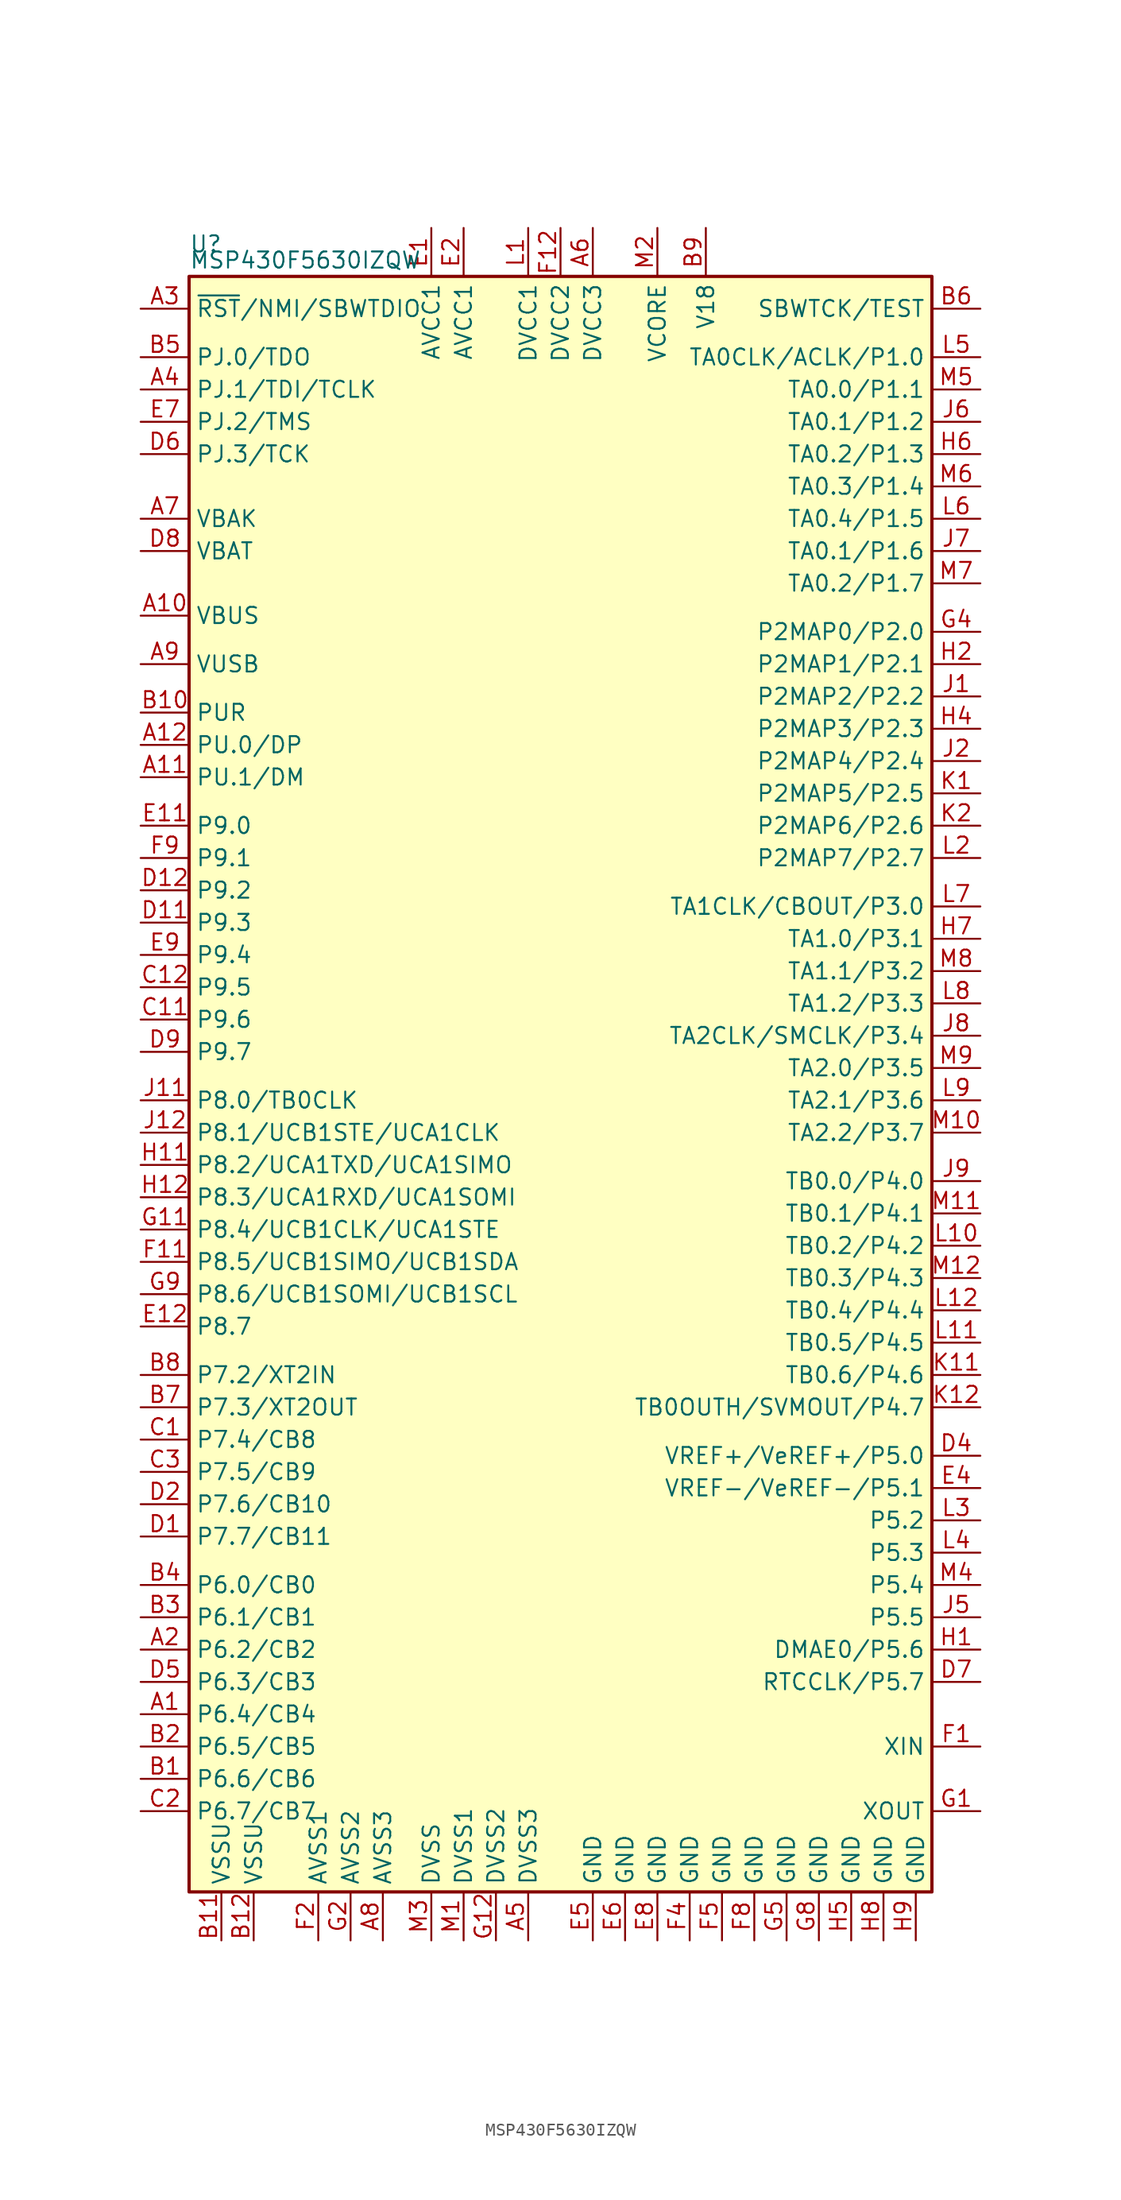
<source format=kicad_sym>
(kicad_symbol_lib
  (version 20201005)
  (generator kicad_symbol_editor)
  (symbol "MCU_Texas_MSP430:MSP430F5630IZQW"
    (property "Reference" "U"
      (at -29.21 66.04 0)
      (effects (font (size 1.27 1.27)) (justify left)))
    (property "Value" "MSP430F5630IZQW"
      (at -29.21 64.77 0)
      (effects (font (size 1.27 1.27)) (justify left)))
    (symbol "MSP430F5630IZQW_0_1"
      (rectangle (start -29.21 63.5) (end 29.21 -63.5) (stroke (width 0.254)) (fill (type background))))
    (symbol "MSP430F5630IZQW_1_1"
      (pin bidirectional line (at -33.02 -49.53 0) (length 3.81) (name "P6.4/CB4" (effects (font (size 1.27 1.27)))) (number "A1" (effects (font (size 1.27 1.27)))))
      (pin bidirectional line (at -33.02 36.83 0) (length 3.81) (name "VBUS" (effects (font (size 1.27 1.27)))) (number "A10" (effects (font (size 1.27 1.27)))))
      (pin bidirectional line (at -33.02 24.13 0) (length 3.81) (name "PU.1/DM" (effects (font (size 1.27 1.27)))) (number "A11" (effects (font (size 1.27 1.27)))))
      (pin bidirectional line (at -33.02 26.67 0) (length 3.81) (name "PU.0/DP" (effects (font (size 1.27 1.27)))) (number "A12" (effects (font (size 1.27 1.27)))))
      (pin bidirectional line (at -33.02 -44.45 0) (length 3.81) (name "P6.2/CB2" (effects (font (size 1.27 1.27)))) (number "A2" (effects (font (size 1.27 1.27)))))
      (pin input line (at -33.02 60.96 0) (length 3.81) (name "~RST~/NMI/SBWTDIO" (effects (font (size 1.27 1.27)))) (number "A3" (effects (font (size 1.27 1.27)))))
      (pin bidirectional line (at -33.02 54.61 0) (length 3.81) (name "PJ.1/TDI/TCLK" (effects (font (size 1.27 1.27)))) (number "A4" (effects (font (size 1.27 1.27)))))
      (pin power_in line (at -2.54 -67.31 90) (length 3.81) (name "DVSS3" (effects (font (size 1.27 1.27)))) (number "A5" (effects (font (size 1.27 1.27)))))
      (pin power_in line (at 2.54 67.31 270) (length 3.81) (name "DVCC3" (effects (font (size 1.27 1.27)))) (number "A6" (effects (font (size 1.27 1.27)))))
      (pin bidirectional line (at -33.02 44.45 0) (length 3.81) (name "VBAK" (effects (font (size 1.27 1.27)))) (number "A7" (effects (font (size 1.27 1.27)))))
      (pin power_in line (at -13.97 -67.31 90) (length 3.81) (name "AVSS3" (effects (font (size 1.27 1.27)))) (number "A8" (effects (font (size 1.27 1.27)))))
      (pin bidirectional line (at -33.02 33.02 0) (length 3.81) (name "VUSB" (effects (font (size 1.27 1.27)))) (number "A9" (effects (font (size 1.27 1.27)))))
      (pin bidirectional line (at -33.02 -54.61 0) (length 3.81) (name "P6.6/CB6" (effects (font (size 1.27 1.27)))) (number "B1" (effects (font (size 1.27 1.27)))))
      (pin bidirectional line (at -33.02 29.21 0) (length 3.81) (name "PUR" (effects (font (size 1.27 1.27)))) (number "B10" (effects (font (size 1.27 1.27)))))
      (pin power_in line (at -26.67 -67.31 90) (length 3.81) (name "VSSU" (effects (font (size 1.27 1.27)))) (number "B11" (effects (font (size 1.27 1.27)))))
      (pin power_in line (at -24.13 -67.31 90) (length 3.81) (name "VSSU" (effects (font (size 1.27 1.27)))) (number "B12" (effects (font (size 1.27 1.27)))))
      (pin bidirectional line (at -33.02 -52.07 0) (length 3.81) (name "P6.5/CB5" (effects (font (size 1.27 1.27)))) (number "B2" (effects (font (size 1.27 1.27)))))
      (pin bidirectional line (at -33.02 -41.91 0) (length 3.81) (name "P6.1/CB1" (effects (font (size 1.27 1.27)))) (number "B3" (effects (font (size 1.27 1.27)))))
      (pin bidirectional line (at -33.02 -39.37 0) (length 3.81) (name "P6.0/CB0" (effects (font (size 1.27 1.27)))) (number "B4" (effects (font (size 1.27 1.27)))))
      (pin bidirectional line (at -33.02 57.15 0) (length 3.81) (name "PJ.0/TDO" (effects (font (size 1.27 1.27)))) (number "B5" (effects (font (size 1.27 1.27)))))
      (pin input line (at 33.02 60.96 180) (length 3.81) (name "SBWTCK/TEST" (effects (font (size 1.27 1.27)))) (number "B6" (effects (font (size 1.27 1.27)))))
      (pin bidirectional line (at -33.02 -25.4 0) (length 3.81) (name "P7.3/XT2OUT" (effects (font (size 1.27 1.27)))) (number "B7" (effects (font (size 1.27 1.27)))))
      (pin bidirectional line (at -33.02 -22.86 0) (length 3.81) (name "P7.2/XT2IN" (effects (font (size 1.27 1.27)))) (number "B8" (effects (font (size 1.27 1.27)))))
      (pin passive line (at 11.43 67.31 270) (length 3.81) (name "V18" (effects (font (size 1.27 1.27)))) (number "B9" (effects (font (size 1.27 1.27)))))
      (pin bidirectional line (at -33.02 -27.94 0) (length 3.81) (name "P7.4/CB8" (effects (font (size 1.27 1.27)))) (number "C1" (effects (font (size 1.27 1.27)))))
      (pin bidirectional line (at -33.02 5.08 0) (length 3.81) (name "P9.6" (effects (font (size 1.27 1.27)))) (number "C11" (effects (font (size 1.27 1.27)))))
      (pin bidirectional line (at -33.02 7.62 0) (length 3.81) (name "P9.5" (effects (font (size 1.27 1.27)))) (number "C12" (effects (font (size 1.27 1.27)))))
      (pin bidirectional line (at -33.02 -57.15 0) (length 3.81) (name "P6.7/CB7" (effects (font (size 1.27 1.27)))) (number "C2" (effects (font (size 1.27 1.27)))))
      (pin bidirectional line (at -33.02 -30.48 0) (length 3.81) (name "P7.5/CB9" (effects (font (size 1.27 1.27)))) (number "C3" (effects (font (size 1.27 1.27)))))
      (pin bidirectional line (at -33.02 -35.56 0) (length 3.81) (name "P7.7/CB11" (effects (font (size 1.27 1.27)))) (number "D1" (effects (font (size 1.27 1.27)))))
      (pin bidirectional line (at -33.02 12.7 0) (length 3.81) (name "P9.3" (effects (font (size 1.27 1.27)))) (number "D11" (effects (font (size 1.27 1.27)))))
      (pin bidirectional line (at -33.02 15.24 0) (length 3.81) (name "P9.2" (effects (font (size 1.27 1.27)))) (number "D12" (effects (font (size 1.27 1.27)))))
      (pin bidirectional line (at -33.02 -33.02 0) (length 3.81) (name "P7.6/CB10" (effects (font (size 1.27 1.27)))) (number "D2" (effects (font (size 1.27 1.27)))))
      (pin bidirectional line (at 33.02 -29.21 180) (length 3.81) (name "VREF+/VeREF+/P5.0" (effects (font (size 1.27 1.27)))) (number "D4" (effects (font (size 1.27 1.27)))))
      (pin bidirectional line (at -33.02 -46.99 0) (length 3.81) (name "P6.3/CB3" (effects (font (size 1.27 1.27)))) (number "D5" (effects (font (size 1.27 1.27)))))
      (pin bidirectional line (at -33.02 49.53 0) (length 3.81) (name "PJ.3/TCK" (effects (font (size 1.27 1.27)))) (number "D6" (effects (font (size 1.27 1.27)))))
      (pin bidirectional line (at 33.02 -46.99 180) (length 3.81) (name "RTCCLK/P5.7" (effects (font (size 1.27 1.27)))) (number "D7" (effects (font (size 1.27 1.27)))))
      (pin bidirectional line (at -33.02 41.91 0) (length 3.81) (name "VBAT" (effects (font (size 1.27 1.27)))) (number "D8" (effects (font (size 1.27 1.27)))))
      (pin bidirectional line (at -33.02 2.54 0) (length 3.81) (name "P9.7" (effects (font (size 1.27 1.27)))) (number "D9" (effects (font (size 1.27 1.27)))))
      (pin power_in line (at -10.16 67.31 270) (length 3.81) (name "AVCC1" (effects (font (size 1.27 1.27)))) (number "E1" (effects (font (size 1.27 1.27)))))
      (pin bidirectional line (at -33.02 20.32 0) (length 3.81) (name "P9.0" (effects (font (size 1.27 1.27)))) (number "E11" (effects (font (size 1.27 1.27)))))
      (pin bidirectional line (at -33.02 -19.05 0) (length 3.81) (name "P8.7" (effects (font (size 1.27 1.27)))) (number "E12" (effects (font (size 1.27 1.27)))))
      (pin power_in line (at -7.62 67.31 270) (length 3.81) (name "AVCC1" (effects (font (size 1.27 1.27)))) (number "E2" (effects (font (size 1.27 1.27)))))
      (pin bidirectional line (at 33.02 -31.75 180) (length 3.81) (name "VREF-/VeREF-/P5.1" (effects (font (size 1.27 1.27)))) (number "E4" (effects (font (size 1.27 1.27)))))
      (pin power_in line (at 2.54 -67.31 90) (length 3.81) (name "GND" (effects (font (size 1.27 1.27)))) (number "E5" (effects (font (size 1.27 1.27)))))
      (pin power_in line (at 5.08 -67.31 90) (length 3.81) (name "GND" (effects (font (size 1.27 1.27)))) (number "E6" (effects (font (size 1.27 1.27)))))
      (pin bidirectional line (at -33.02 52.07 0) (length 3.81) (name "PJ.2/TMS" (effects (font (size 1.27 1.27)))) (number "E7" (effects (font (size 1.27 1.27)))))
      (pin power_in line (at 7.62 -67.31 90) (length 3.81) (name "GND" (effects (font (size 1.27 1.27)))) (number "E8" (effects (font (size 1.27 1.27)))))
      (pin bidirectional line (at -33.02 10.16 0) (length 3.81) (name "P9.4" (effects (font (size 1.27 1.27)))) (number "E9" (effects (font (size 1.27 1.27)))))
      (pin bidirectional line (at 33.02 -52.07 180) (length 3.81) (name "XIN" (effects (font (size 1.27 1.27)))) (number "F1" (effects (font (size 1.27 1.27)))))
      (pin bidirectional line (at -33.02 -13.97 0) (length 3.81) (name "P8.5/UCB1SIMO/UCB1SDA" (effects (font (size 1.27 1.27)))) (number "F11" (effects (font (size 1.27 1.27)))))
      (pin power_in line (at 0 67.31 270) (length 3.81) (name "DVCC2" (effects (font (size 1.27 1.27)))) (number "F12" (effects (font (size 1.27 1.27)))))
      (pin power_in line (at -19.05 -67.31 90) (length 3.81) (name "AVSS1" (effects (font (size 1.27 1.27)))) (number "F2" (effects (font (size 1.27 1.27)))))
      (pin power_in line (at 10.16 -67.31 90) (length 3.81) (name "GND" (effects (font (size 1.27 1.27)))) (number "F4" (effects (font (size 1.27 1.27)))))
      (pin power_in line (at 12.7 -67.31 90) (length 3.81) (name "GND" (effects (font (size 1.27 1.27)))) (number "F5" (effects (font (size 1.27 1.27)))))
      (pin power_in line (at 15.24 -67.31 90) (length 3.81) (name "GND" (effects (font (size 1.27 1.27)))) (number "F8" (effects (font (size 1.27 1.27)))))
      (pin bidirectional line (at -33.02 17.78 0) (length 3.81) (name "P9.1" (effects (font (size 1.27 1.27)))) (number "F9" (effects (font (size 1.27 1.27)))))
      (pin bidirectional line (at 33.02 -57.15 180) (length 3.81) (name "XOUT" (effects (font (size 1.27 1.27)))) (number "G1" (effects (font (size 1.27 1.27)))))
      (pin bidirectional line (at -33.02 -11.43 0) (length 3.81) (name "P8.4/UCB1CLK/UCA1STE" (effects (font (size 1.27 1.27)))) (number "G11" (effects (font (size 1.27 1.27)))))
      (pin power_in line (at -5.08 -67.31 90) (length 3.81) (name "DVSS2" (effects (font (size 1.27 1.27)))) (number "G12" (effects (font (size 1.27 1.27)))))
      (pin power_in line (at -16.51 -67.31 90) (length 3.81) (name "AVSS2" (effects (font (size 1.27 1.27)))) (number "G2" (effects (font (size 1.27 1.27)))))
      (pin bidirectional line (at 33.02 35.56 180) (length 3.81) (name "P2MAP0/P2.0" (effects (font (size 1.27 1.27)))) (number "G4" (effects (font (size 1.27 1.27)))))
      (pin power_in line (at 17.78 -67.31 90) (length 3.81) (name "GND" (effects (font (size 1.27 1.27)))) (number "G5" (effects (font (size 1.27 1.27)))))
      (pin power_in line (at 20.32 -67.31 90) (length 3.81) (name "GND" (effects (font (size 1.27 1.27)))) (number "G8" (effects (font (size 1.27 1.27)))))
      (pin bidirectional line (at -33.02 -16.51 0) (length 3.81) (name "P8.6/UCB1SOMI/UCB1SCL" (effects (font (size 1.27 1.27)))) (number "G9" (effects (font (size 1.27 1.27)))))
      (pin bidirectional line (at 33.02 -44.45 180) (length 3.81) (name "DMAE0/P5.6" (effects (font (size 1.27 1.27)))) (number "H1" (effects (font (size 1.27 1.27)))))
      (pin bidirectional line (at -33.02 -6.35 0) (length 3.81) (name "P8.2/UCA1TXD/UCA1SIMO" (effects (font (size 1.27 1.27)))) (number "H11" (effects (font (size 1.27 1.27)))))
      (pin bidirectional line (at -33.02 -8.89 0) (length 3.81) (name "P8.3/UCA1RXD/UCA1SOMI" (effects (font (size 1.27 1.27)))) (number "H12" (effects (font (size 1.27 1.27)))))
      (pin bidirectional line (at 33.02 33.02 180) (length 3.81) (name "P2MAP1/P2.1" (effects (font (size 1.27 1.27)))) (number "H2" (effects (font (size 1.27 1.27)))))
      (pin bidirectional line (at 33.02 27.94 180) (length 3.81) (name "P2MAP3/P2.3" (effects (font (size 1.27 1.27)))) (number "H4" (effects (font (size 1.27 1.27)))))
      (pin power_in line (at 22.86 -67.31 90) (length 3.81) (name "GND" (effects (font (size 1.27 1.27)))) (number "H5" (effects (font (size 1.27 1.27)))))
      (pin bidirectional line (at 33.02 49.53 180) (length 3.81) (name "TA0.2/P1.3" (effects (font (size 1.27 1.27)))) (number "H6" (effects (font (size 1.27 1.27)))))
      (pin bidirectional line (at 33.02 11.43 180) (length 3.81) (name "TA1.0/P3.1" (effects (font (size 1.27 1.27)))) (number "H7" (effects (font (size 1.27 1.27)))))
      (pin power_in line (at 25.4 -67.31 90) (length 3.81) (name "GND" (effects (font (size 1.27 1.27)))) (number "H8" (effects (font (size 1.27 1.27)))))
      (pin power_in line (at 27.94 -67.31 90) (length 3.81) (name "GND" (effects (font (size 1.27 1.27)))) (number "H9" (effects (font (size 1.27 1.27)))))
      (pin bidirectional line (at 33.02 30.48 180) (length 3.81) (name "P2MAP2/P2.2" (effects (font (size 1.27 1.27)))) (number "J1" (effects (font (size 1.27 1.27)))))
      (pin bidirectional line (at -33.02 -1.27 0) (length 3.81) (name "P8.0/TB0CLK" (effects (font (size 1.27 1.27)))) (number "J11" (effects (font (size 1.27 1.27)))))
      (pin bidirectional line (at -33.02 -3.81 0) (length 3.81) (name "P8.1/UCB1STE/UCA1CLK" (effects (font (size 1.27 1.27)))) (number "J12" (effects (font (size 1.27 1.27)))))
      (pin bidirectional line (at 33.02 25.4 180) (length 3.81) (name "P2MAP4/P2.4" (effects (font (size 1.27 1.27)))) (number "J2" (effects (font (size 1.27 1.27)))))
      (pin bidirectional line (at 33.02 -41.91 180) (length 3.81) (name "P5.5" (effects (font (size 1.27 1.27)))) (number "J5" (effects (font (size 1.27 1.27)))))
      (pin bidirectional line (at 33.02 52.07 180) (length 3.81) (name "TA0.1/P1.2" (effects (font (size 1.27 1.27)))) (number "J6" (effects (font (size 1.27 1.27)))))
      (pin bidirectional line (at 33.02 41.91 180) (length 3.81) (name "TA0.1/P1.6" (effects (font (size 1.27 1.27)))) (number "J7" (effects (font (size 1.27 1.27)))))
      (pin bidirectional line (at 33.02 3.81 180) (length 3.81) (name "TA2CLK/SMCLK/P3.4" (effects (font (size 1.27 1.27)))) (number "J8" (effects (font (size 1.27 1.27)))))
      (pin bidirectional line (at 33.02 -7.62 180) (length 3.81) (name "TB0.0/P4.0" (effects (font (size 1.27 1.27)))) (number "J9" (effects (font (size 1.27 1.27)))))
      (pin bidirectional line (at 33.02 22.86 180) (length 3.81) (name "P2MAP5/P2.5" (effects (font (size 1.27 1.27)))) (number "K1" (effects (font (size 1.27 1.27)))))
      (pin bidirectional line (at 33.02 -22.86 180) (length 3.81) (name "TB0.6/P4.6" (effects (font (size 1.27 1.27)))) (number "K11" (effects (font (size 1.27 1.27)))))
      (pin bidirectional line (at 33.02 -25.4 180) (length 3.81) (name "TB0OUTH/SVMOUT/P4.7" (effects (font (size 1.27 1.27)))) (number "K12" (effects (font (size 1.27 1.27)))))
      (pin bidirectional line (at 33.02 20.32 180) (length 3.81) (name "P2MAP6/P2.6" (effects (font (size 1.27 1.27)))) (number "K2" (effects (font (size 1.27 1.27)))))
      (pin power_in line (at -2.54 67.31 270) (length 3.81) (name "DVCC1" (effects (font (size 1.27 1.27)))) (number "L1" (effects (font (size 1.27 1.27)))))
      (pin bidirectional line (at 33.02 -12.7 180) (length 3.81) (name "TB0.2/P4.2" (effects (font (size 1.27 1.27)))) (number "L10" (effects (font (size 1.27 1.27)))))
      (pin bidirectional line (at 33.02 -20.32 180) (length 3.81) (name "TB0.5/P4.5" (effects (font (size 1.27 1.27)))) (number "L11" (effects (font (size 1.27 1.27)))))
      (pin bidirectional line (at 33.02 -17.78 180) (length 3.81) (name "TB0.4/P4.4" (effects (font (size 1.27 1.27)))) (number "L12" (effects (font (size 1.27 1.27)))))
      (pin bidirectional line (at 33.02 17.78 180) (length 3.81) (name "P2MAP7/P2.7" (effects (font (size 1.27 1.27)))) (number "L2" (effects (font (size 1.27 1.27)))))
      (pin bidirectional line (at 33.02 -34.29 180) (length 3.81) (name "P5.2" (effects (font (size 1.27 1.27)))) (number "L3" (effects (font (size 1.27 1.27)))))
      (pin bidirectional line (at 33.02 -36.83 180) (length 3.81) (name "P5.3" (effects (font (size 1.27 1.27)))) (number "L4" (effects (font (size 1.27 1.27)))))
      (pin bidirectional line (at 33.02 57.15 180) (length 3.81) (name "TA0CLK/ACLK/P1.0" (effects (font (size 1.27 1.27)))) (number "L5" (effects (font (size 1.27 1.27)))))
      (pin bidirectional line (at 33.02 44.45 180) (length 3.81) (name "TA0.4/P1.5" (effects (font (size 1.27 1.27)))) (number "L6" (effects (font (size 1.27 1.27)))))
      (pin bidirectional line (at 33.02 13.97 180) (length 3.81) (name "TA1CLK/CBOUT/P3.0" (effects (font (size 1.27 1.27)))) (number "L7" (effects (font (size 1.27 1.27)))))
      (pin bidirectional line (at 33.02 6.35 180) (length 3.81) (name "TA1.2/P3.3" (effects (font (size 1.27 1.27)))) (number "L8" (effects (font (size 1.27 1.27)))))
      (pin bidirectional line (at 33.02 -1.27 180) (length 3.81) (name "TA2.1/P3.6" (effects (font (size 1.27 1.27)))) (number "L9" (effects (font (size 1.27 1.27)))))
      (pin power_in line (at -7.62 -67.31 90) (length 3.81) (name "DVSS1" (effects (font (size 1.27 1.27)))) (number "M1" (effects (font (size 1.27 1.27)))))
      (pin bidirectional line (at 33.02 -3.81 180) (length 3.81) (name "TA2.2/P3.7" (effects (font (size 1.27 1.27)))) (number "M10" (effects (font (size 1.27 1.27)))))
      (pin bidirectional line (at 33.02 -10.16 180) (length 3.81) (name "TB0.1/P4.1" (effects (font (size 1.27 1.27)))) (number "M11" (effects (font (size 1.27 1.27)))))
      (pin bidirectional line (at 33.02 -15.24 180) (length 3.81) (name "TB0.3/P4.3" (effects (font (size 1.27 1.27)))) (number "M12" (effects (font (size 1.27 1.27)))))
      (pin bidirectional line (at 7.62 67.31 270) (length 3.81) (name "VCORE" (effects (font (size 1.27 1.27)))) (number "M2" (effects (font (size 1.27 1.27)))))
      (pin power_in line (at -10.16 -67.31 90) (length 3.81) (name "DVSS" (effects (font (size 1.27 1.27)))) (number "M3" (effects (font (size 1.27 1.27)))))
      (pin bidirectional line (at 33.02 -39.37 180) (length 3.81) (name "P5.4" (effects (font (size 1.27 1.27)))) (number "M4" (effects (font (size 1.27 1.27)))))
      (pin bidirectional line (at 33.02 54.61 180) (length 3.81) (name "TA0.0/P1.1" (effects (font (size 1.27 1.27)))) (number "M5" (effects (font (size 1.27 1.27)))))
      (pin bidirectional line (at 33.02 46.99 180) (length 3.81) (name "TA0.3/P1.4" (effects (font (size 1.27 1.27)))) (number "M6" (effects (font (size 1.27 1.27)))))
      (pin bidirectional line (at 33.02 39.37 180) (length 3.81) (name "TA0.2/P1.7" (effects (font (size 1.27 1.27)))) (number "M7" (effects (font (size 1.27 1.27)))))
      (pin bidirectional line (at 33.02 8.89 180) (length 3.81) (name "TA1.1/P3.2" (effects (font (size 1.27 1.27)))) (number "M8" (effects (font (size 1.27 1.27)))))
      (pin bidirectional line (at 33.02 1.27 180) (length 3.81) (name "TA2.0/P3.5" (effects (font (size 1.27 1.27)))) (number "M9" (effects (font (size 1.27 1.27))))))))
</source>
